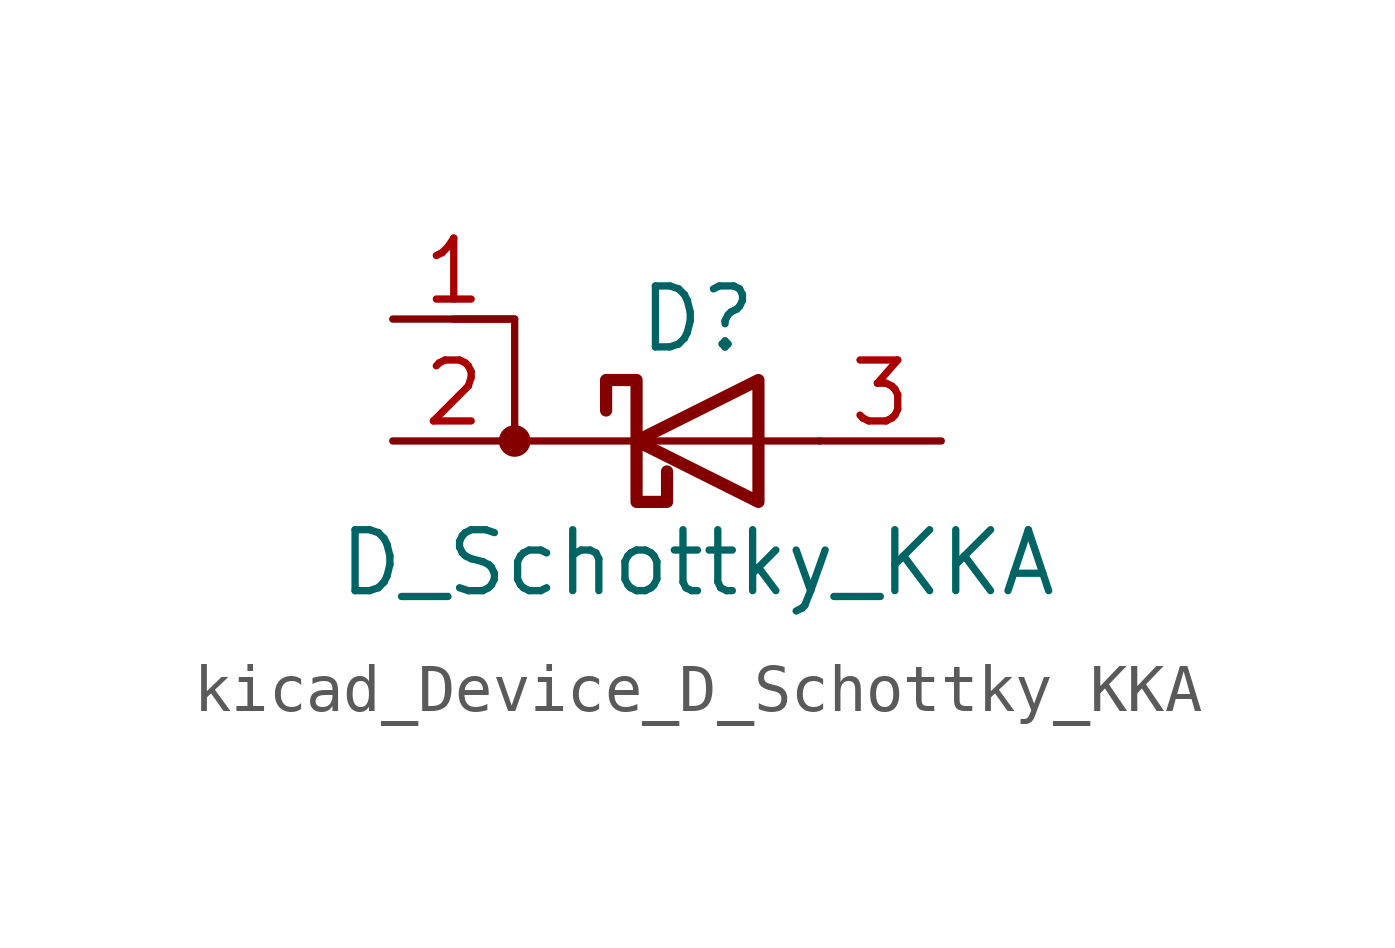
<source format=kicad_sym>
(kicad_symbol_lib
  (version 20220914)
  (generator kicad_symbol_editor)
  (symbol "kicad_Device_D_Schottky_KKA"
    (pin_names
      (offset 0) hide)
    (property "Reference" "D"
      (at 0 2.54 0)
      (effects (font (size 1.27 1.27))))
    (property "Value" "D_Schottky_KKA"
      (at 0 -2.54 0)
      (effects (font (size 1.27 1.27))))
    (symbol "kicad_Device_D_Schottky_KKA_0_1"
      (circle (center -3.81 0) (radius 0.254) (stroke (width 0) (type default)) (fill (type outline)))
      (polyline (pts (xy -5.08 2.54) (xy -3.81 2.54) (xy -3.81 0) (xy 2.54 0)) (stroke (width 0) (type default)) (fill (type none)))
      (polyline (pts (xy 1.27 1.27) (xy 1.27 -1.27) (xy -1.27 0) (xy 1.27 1.27)) (stroke (width 0.254) (type default)) (fill (type none)))
      (polyline (pts (xy -1.905 0.635) (xy -1.905 1.27) (xy -1.27 1.27) (xy -1.27 -1.27) (xy -0.635 -1.27) (xy -0.635 -0.635)) (stroke (width 0.254) (type default)) (fill (type none))))
    (symbol "kicad_Device_D_Schottky_KKA_1_1"
      (pin input line (at -6.35 2.54 0) (length 2.54) (name "K" (effects (font (size 1.27 1.27)))) (number "1" (effects (font (size 1.27 1.27)))))
      (pin passive line (at -6.35 0 0) (length 2.54) (name "K" (effects (font (size 1.27 1.27)))) (number "2" (effects (font (size 1.27 1.27)))))
      (pin passive line (at 5.08 0 180) (length 2.54) (name "A" (effects (font (size 1.27 1.27)))) (number "3" (effects (font (size 1.27 1.27))))))))
</source>
